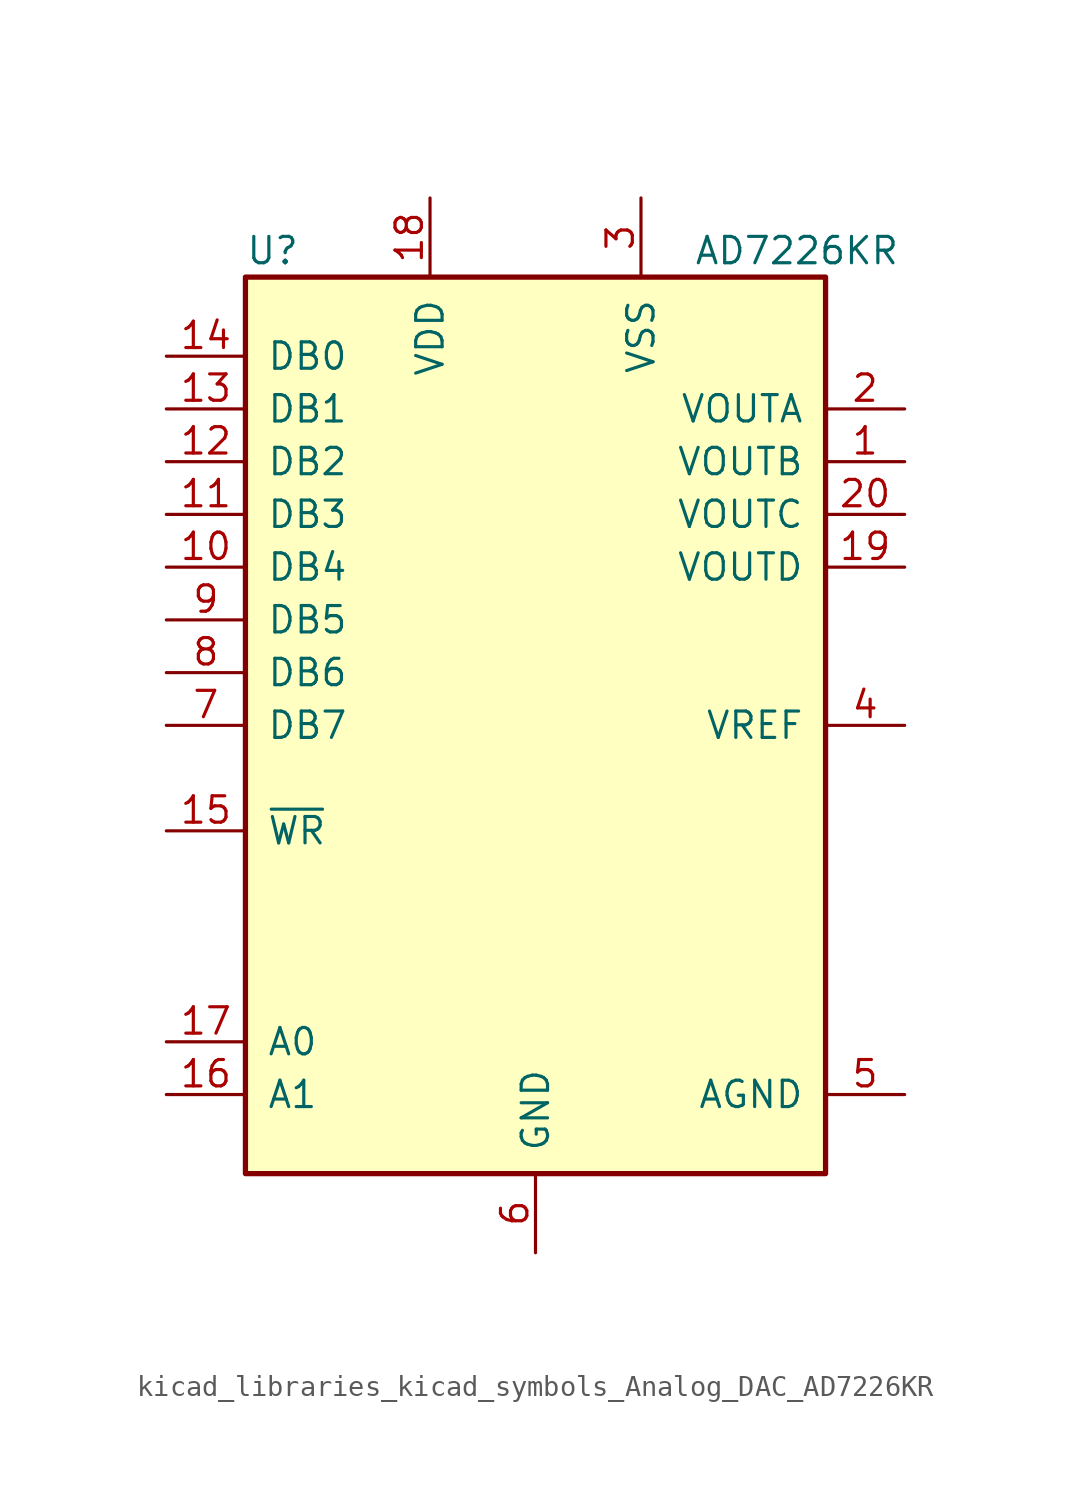
<source format=kicad_sym>
(kicad_symbol_lib
  (version 20220914)
  (generator kicad_symbol_editor)
  (symbol "kicad_libraries_kicad_symbols_Analog_DAC_AD7226KR"
    (pin_names
      (offset 1.016))
    (property "Reference" "U"
      (at -13.97 22.86 0)
      (effects (font (size 1.27 1.27)) (justify left)))
    (property "Value" "AD7226KR"
      (at 7.62 22.86 0)
      (effects (font (size 1.27 1.27)) (justify left)))
    (symbol "kicad_libraries_kicad_symbols_Analog_DAC_AD7226KR_0_1"
      (rectangle (start -13.97 -21.59) (end 13.97 21.59) (stroke (width 0.254) (type default)) (fill (type background))))
    (symbol "kicad_libraries_kicad_symbols_Analog_DAC_AD7226KR_1_1"
      (pin output line (at 17.78 12.7 180) (length 3.81) (name "VOUTB" (effects (font (size 1.27 1.27)))) (number "1" (effects (font (size 1.27 1.27)))))
      (pin input line (at -17.78 7.62 0) (length 3.81) (name "DB4" (effects (font (size 1.27 1.27)))) (number "10" (effects (font (size 1.27 1.27)))))
      (pin input line (at -17.78 10.16 0) (length 3.81) (name "DB3" (effects (font (size 1.27 1.27)))) (number "11" (effects (font (size 1.27 1.27)))))
      (pin input line (at -17.78 12.7 0) (length 3.81) (name "DB2" (effects (font (size 1.27 1.27)))) (number "12" (effects (font (size 1.27 1.27)))))
      (pin input line (at -17.78 15.24 0) (length 3.81) (name "DB1" (effects (font (size 1.27 1.27)))) (number "13" (effects (font (size 1.27 1.27)))))
      (pin input line (at -17.78 17.78 0) (length 3.81) (name "DB0" (effects (font (size 1.27 1.27)))) (number "14" (effects (font (size 1.27 1.27)))))
      (pin input line (at -17.78 -5.08 0) (length 3.81) (name "~{WR}" (effects (font (size 1.27 1.27)))) (number "15" (effects (font (size 1.27 1.27)))))
      (pin input line (at -17.78 -17.78 0) (length 3.81) (name "A1" (effects (font (size 1.27 1.27)))) (number "16" (effects (font (size 1.27 1.27)))))
      (pin input line (at -17.78 -15.24 0) (length 3.81) (name "A0" (effects (font (size 1.27 1.27)))) (number "17" (effects (font (size 1.27 1.27)))))
      (pin power_in line (at -5.08 25.4 270) (length 3.81) (name "VDD" (effects (font (size 1.27 1.27)))) (number "18" (effects (font (size 1.27 1.27)))))
      (pin output line (at 17.78 7.62 180) (length 3.81) (name "VOUTD" (effects (font (size 1.27 1.27)))) (number "19" (effects (font (size 1.27 1.27)))))
      (pin output line (at 17.78 15.24 180) (length 3.81) (name "VOUTA" (effects (font (size 1.27 1.27)))) (number "2" (effects (font (size 1.27 1.27)))))
      (pin output line (at 17.78 10.16 180) (length 3.81) (name "VOUTC" (effects (font (size 1.27 1.27)))) (number "20" (effects (font (size 1.27 1.27)))))
      (pin power_in line (at 5.08 25.4 270) (length 3.81) (name "VSS" (effects (font (size 1.27 1.27)))) (number "3" (effects (font (size 1.27 1.27)))))
      (pin input line (at 17.78 0 180) (length 3.81) (name "VREF" (effects (font (size 1.27 1.27)))) (number "4" (effects (font (size 1.27 1.27)))))
      (pin input line (at 17.78 -17.78 180) (length 3.81) (name "AGND" (effects (font (size 1.27 1.27)))) (number "5" (effects (font (size 1.27 1.27)))))
      (pin power_in line (at 0 -25.4 90) (length 3.81) (name "GND" (effects (font (size 1.27 1.27)))) (number "6" (effects (font (size 1.27 1.27)))))
      (pin input line (at -17.78 0 0) (length 3.81) (name "DB7" (effects (font (size 1.27 1.27)))) (number "7" (effects (font (size 1.27 1.27)))))
      (pin input line (at -17.78 2.54 0) (length 3.81) (name "DB6" (effects (font (size 1.27 1.27)))) (number "8" (effects (font (size 1.27 1.27)))))
      (pin input line (at -17.78 5.08 0) (length 3.81) (name "DB5" (effects (font (size 1.27 1.27)))) (number "9" (effects (font (size 1.27 1.27))))))))
</source>
